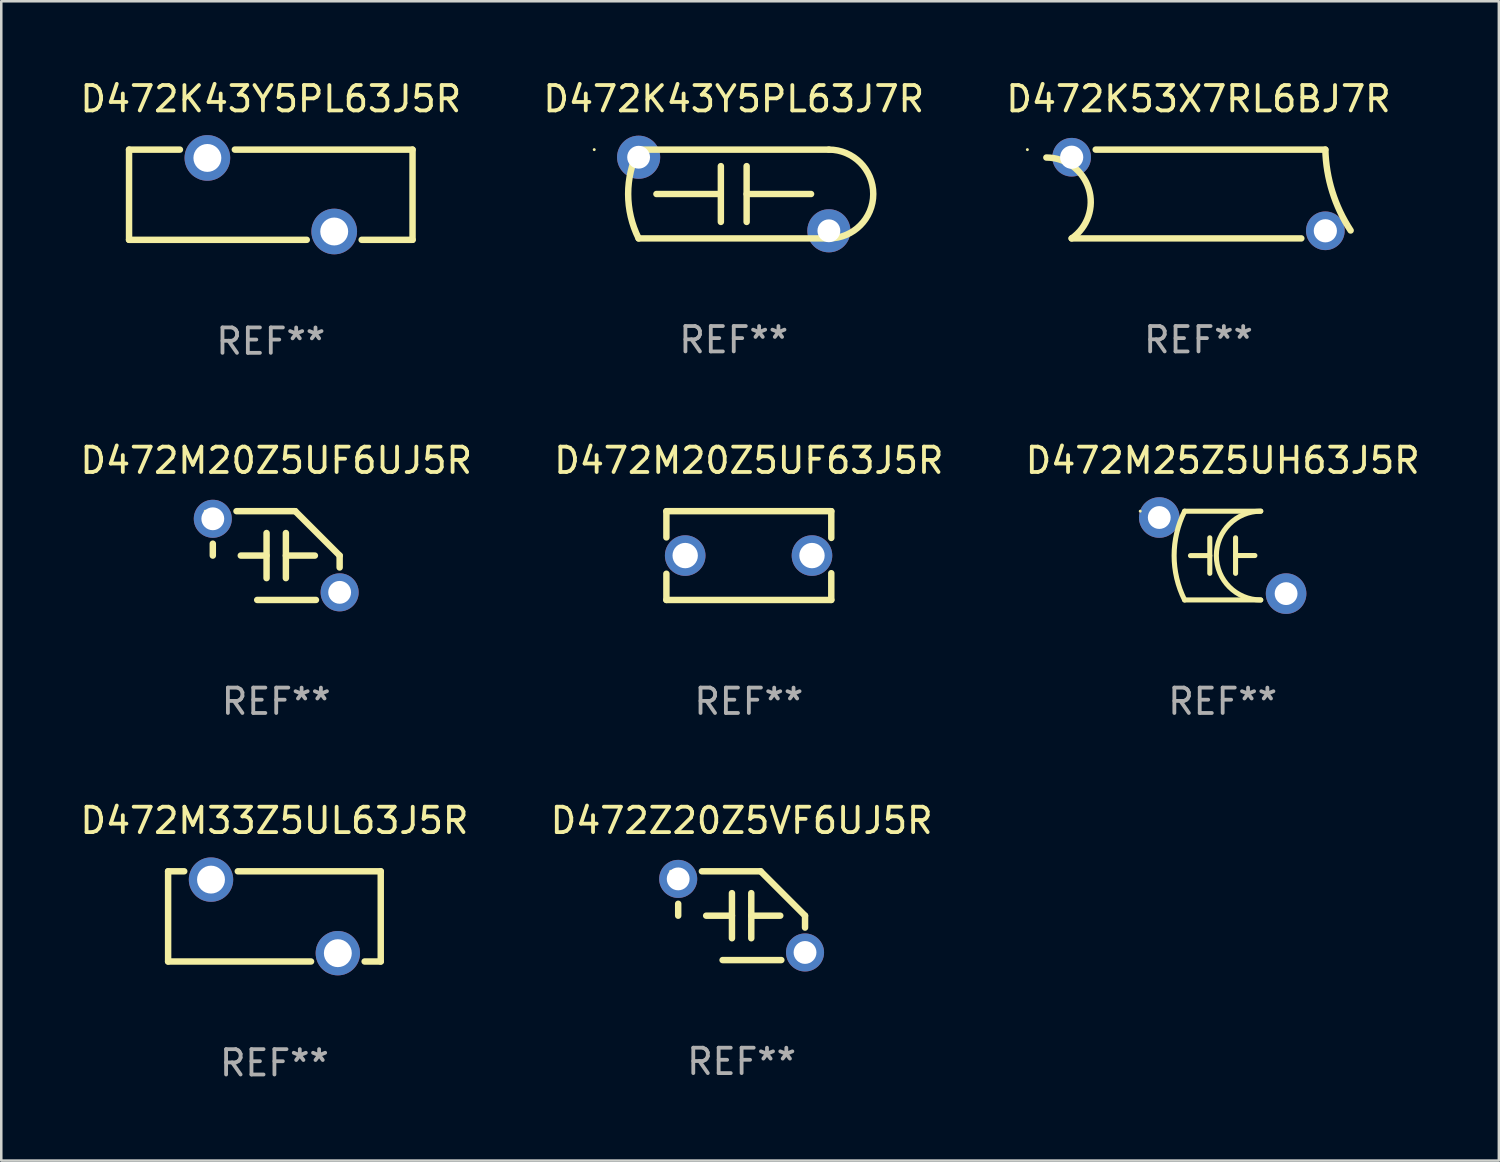
<source format=kicad_pcb>
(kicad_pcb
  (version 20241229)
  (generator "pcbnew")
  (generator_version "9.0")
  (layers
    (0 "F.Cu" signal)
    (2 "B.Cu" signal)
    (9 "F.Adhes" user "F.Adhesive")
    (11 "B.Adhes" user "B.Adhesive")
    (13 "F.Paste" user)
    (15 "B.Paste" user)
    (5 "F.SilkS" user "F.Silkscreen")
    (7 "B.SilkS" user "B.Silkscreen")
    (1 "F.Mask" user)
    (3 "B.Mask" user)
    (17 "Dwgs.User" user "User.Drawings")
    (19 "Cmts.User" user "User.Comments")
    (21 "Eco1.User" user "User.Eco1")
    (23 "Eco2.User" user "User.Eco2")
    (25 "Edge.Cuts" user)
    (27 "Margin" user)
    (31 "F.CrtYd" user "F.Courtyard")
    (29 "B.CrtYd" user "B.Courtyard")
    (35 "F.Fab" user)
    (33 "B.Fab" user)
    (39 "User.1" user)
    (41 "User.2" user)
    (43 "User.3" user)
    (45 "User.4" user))
  (footprint "D472M25Z5UH63J5R"
    (layer "F.Cu")
    (at 45.149 18.851)
    (property "Reference" "D472M25Z5UH63J5R" (at 0 -3.75 0) (layer "F.SilkS") (effects (font (size 1 1) (thickness 0.15))))
    (attr through_hole)
    (fp_line (start -1.5 -1.75) (end 1.5 -1.75) (stroke (width 0.2) (type solid)) (layer "F.SilkS"))
    (fp_line (start -0.508 -0.7) (end -0.508 0.7) (stroke (width 0.2) (type solid)) (layer "F.SilkS"))
    (fp_line (start -0.508 0.002) (end -1.27 0.002) (stroke (width 0.2) (type solid)) (layer "F.SilkS"))
    (fp_line (start 0.508 -0.002) (end 1.27 -0.002) (stroke (width 0.2) (type solid)) (layer "F.SilkS"))
    (fp_line (start 0.508 0.7) (end 0.508 -0.7) (stroke (width 0.2) (type solid)) (layer "F.SilkS"))
    (fp_line (start 1.5 1.75) (end -1.5 1.75) (stroke (width 0.2) (type solid)) (layer "F.SilkS"))
    (fp_arc (start -1.50127 1.750064) (mid -1.914008 -0.000109) (end -1.500127 -1.750013) (stroke (width 0.2) (type solid)) (layer "F.SilkS"))
    (fp_arc (start 1.499873 1.750013) (mid -0.249022 -0.000597) (end 1.501016 -1.750063) (stroke (width 0.2) (type solid)) (layer "F.SilkS"))
    (fp_circle (center -3.251 -1.75) (end -3.221 -1.75) (stroke (width 0.06) (type solid)) (fill no) (layer "F.SilkS"))
    (fp_text user "REF**" (at 0 5.75 0) (layer "F.Fab") (effects (font (size 1 1) (thickness 0.15))))
    (pad "1" thru_hole circle (at -2.5 -1.5) (size 1.6 1.6) (drill 0.9) (layers "*.Cu" "*.Mask"))
    (pad "2" thru_hole circle (at 2.5 1.5) (size 1.6 1.6) (drill 0.9) (layers "*.Cu" "*.Mask")))
  (footprint "D472K43Y5PL63J5R"
    (layer "F.Cu")
    (at 7.625 4.626)
    (property "Reference" "D472K43Y5PL63J5R" (at 0 -3.778 0) (layer "F.SilkS") (effects (font (size 1 1) (thickness 0.15))))
    (attr through_hole)
    (fp_line (start -5.588 -1.778) (end -3.582 -1.778) (stroke (width 0.254) (type solid)) (layer "F.SilkS"))
    (fp_line (start -5.588 1.778) (end -5.588 -1.778) (stroke (width 0.254) (type solid)) (layer "F.SilkS"))
    (fp_line (start -1.418 -1.778) (end 5.588 -1.778) (stroke (width 0.254) (type solid)) (layer "F.SilkS"))
    (fp_line (start 1.418 1.778) (end -5.588 1.778) (stroke (width 0.254) (type solid)) (layer "F.SilkS"))
    (fp_line (start 5.588 -1.778) (end 5.588 1.778) (stroke (width 0.254) (type solid)) (layer "F.SilkS"))
    (fp_line (start 5.588 1.778) (end 3.582 1.778) (stroke (width 0.254) (type solid)) (layer "F.SilkS"))
    (fp_circle (center -5.5 -1.75) (end -5.47 -1.75) (stroke (width 0.06) (type solid)) (fill no) (layer "F.SilkS"))
    (fp_text user "REF**" (at 0 5.778 0) (layer "F.Fab") (effects (font (size 1 1) (thickness 0.15))))
    (pad "1" thru_hole circle (at -2.5 -1.45) (size 1.8 1.8) (drill 1.1) (layers "*.Cu" "*.Mask"))
    (pad "2" thru_hole circle (at 2.5 1.45) (size 1.8 1.8) (drill 1.1) (layers "*.Cu" "*.Mask")))
  (footprint "D472M20Z5UF63J5R"
    (layer "F.Cu")
    (at 26.47 18.851)
    (property "Reference" "D472M20Z5UF63J5R" (at 0 -3.75 0) (layer "F.SilkS") (effects (font (size 1 1) (thickness 0.15))))
    (attr through_hole)
    (fp_line (start -3.25 -1.75) (end -3.25 -0.716) (stroke (width 0.254) (type solid)) (layer "F.SilkS"))
    (fp_line (start -3.25 -1.75) (end 3.25 -1.75) (stroke (width 0.254) (type solid)) (layer "F.SilkS"))
    (fp_line (start -3.25 0.716) (end -3.25 1.75) (stroke (width 0.254) (type solid)) (layer "F.SilkS"))
    (fp_line (start 3.25 -1.75) (end 3.25 -0.695) (stroke (width 0.254) (type solid)) (layer "F.SilkS"))
    (fp_line (start 3.25 0.695) (end 3.25 1.75) (stroke (width 0.254) (type solid)) (layer "F.SilkS"))
    (fp_line (start 3.25 1.75) (end -3.25 1.75) (stroke (width 0.254) (type solid)) (layer "F.SilkS"))
    (fp_circle (center -3.26 1.75) (end -3.23 1.75) (stroke (width 0.06) (type solid)) (fill no) (layer "F.SilkS"))
    (fp_text user "REF**" (at 0 5.75 0) (layer "F.Fab") (effects (font (size 1 1) (thickness 0.15))))
    (pad "1" thru_hole circle (at -2.509 0) (size 1.6 1.6) (drill 1) (layers "*.Cu" "*.Mask"))
    (pad "2" thru_hole circle (at 2.489 0) (size 1.6 1.6) (drill 1) (layers "*.Cu" "*.Mask")))
  (footprint "D472M33Z5UL63J5R"
    (layer "F.Cu")
    (at 7.768 33.075)
    (property "Reference" "D472M33Z5UL63J5R" (at 0 -3.778 0) (layer "F.SilkS") (effects (font (size 1 1) (thickness 0.15))))
    (attr through_hole)
    (fp_line (start -4.191 -1.778) (end -3.556 -1.778) (stroke (width 0.254) (type solid)) (layer "F.SilkS"))
    (fp_line (start -4.191 1.778) (end -4.191 -1.778) (stroke (width 0.254) (type solid)) (layer "F.SilkS"))
    (fp_line (start -1.444 -1.778) (end 4.191 -1.778) (stroke (width 0.254) (type solid)) (layer "F.SilkS"))
    (fp_line (start 1.444 1.778) (end -4.191 1.778) (stroke (width 0.254) (type solid)) (layer "F.SilkS"))
    (fp_line (start 4.191 -1.778) (end 4.191 1.778) (stroke (width 0.254) (type solid)) (layer "F.SilkS"))
    (fp_line (start 4.191 1.778) (end 3.556 1.778) (stroke (width 0.254) (type solid)) (layer "F.SilkS"))
    (fp_circle (center -4.25 1.75) (end -4.22 1.75) (stroke (width 0.06) (type solid)) (fill no) (layer "F.SilkS"))
    (fp_text user "REF**" (at 0 5.778 0) (layer "F.Fab") (effects (font (size 1 1) (thickness 0.15))))
    (pad "1" thru_hole circle (at -2.5 -1.45) (size 1.75 1.75) (drill 1.1) (layers "*.Cu" "*.Mask"))
    (pad "2" thru_hole circle (at 2.5 1.45) (size 1.75 1.75) (drill 1.1) (layers "*.Cu" "*.Mask")))
  (footprint "D472M20Z5UF6UJ5R"
    (layer "F.Cu")
    (at 7.839 18.851)
    (property "Reference" "D472M20Z5UF6UJ5R" (at 0 -3.75 0) (layer "F.SilkS") (effects (font (size 1 1) (thickness 0.15))))
    (attr through_hole)
    (fp_line (start -2.5 0) (end -2.5 -0.469) (stroke (width 0.254) (type solid)) (layer "F.SilkS"))
    (fp_line (start -1.397 0) (end -0.381 0) (stroke (width 0.254) (type solid)) (layer "F.SilkS"))
    (fp_line (start -0.75 1.75) (end 1.566 1.75) (stroke (width 0.254) (type solid)) (layer "F.SilkS"))
    (fp_line (start -0.381 -0.889) (end -0.381 0.889) (stroke (width 0.254) (type solid)) (layer "F.SilkS"))
    (fp_line (start 0.381 -0.889) (end 0.381 0.889) (stroke (width 0.254) (type solid)) (layer "F.SilkS"))
    (fp_line (start 0.75 -1.75) (end -1.566 -1.75) (stroke (width 0.254) (type solid)) (layer "F.SilkS"))
    (fp_line (start 1.524 0) (end 0.381 0) (stroke (width 0.254) (type solid)) (layer "F.SilkS"))
    (fp_line (start 2.5 0) (end 2.5 0.469) (stroke (width 0.254) (type solid)) (layer "F.SilkS"))
    (fp_arc (start -2.499962 0) (mid 2.499984 -0.000022) (end -2.499962 0) (stroke (width 0.254001) (type solid)) (layer "F.SilkS"))
    (fp_arc (start 2.500013 0) (mid 1.623463 -0.873464) (end 0.749999 -1.750014) (stroke (width 0.254001) (type solid)) (layer "F.SilkS"))
    (fp_circle (center -2.8 -1.75) (end -2.77 -1.75) (stroke (width 0.06) (type solid)) (fill no) (layer "F.SilkS"))
    (fp_text user "REF**" (at 0 5.75 0) (layer "F.Fab") (effects (font (size 1 1) (thickness 0.15))))
    (pad "1" thru_hole circle (at -2.5 -1.45) (size 1.5 1.5) (drill 0.9) (layers "*.Cu" "*.Mask"))
    (pad "2" thru_hole circle (at 2.5 1.45) (size 1.5 1.5) (drill 0.9) (layers "*.Cu" "*.Mask")))
  (footprint "D472K53X7RL6BJ7R"
    (layer "F.Cu")
    (at 44.196 4.598)
    (property "Reference" "D472K53X7RL6BJ7R" (at 0 -3.75 0) (layer "F.SilkS") (effects (font (size 1 1) (thickness 0.15))))
    (attr through_hole)
    (fp_line (start -5 1.75) (end 4.053 1.75) (stroke (width 0.254) (type solid)) (layer "F.SilkS"))
    (fp_line (start 5 -1.75) (end -4.053 -1.75) (stroke (width 0.254) (type solid)) (layer "F.SilkS"))
    (fp_arc (start -5.99741 -1.437923) (mid -4.32724 -0.210482) (end -4.999949 1.750013) (stroke (width 0.254001) (type solid)) (layer "F.SilkS"))
    (fp_arc (start 5.997409 1.437922) (mid 5.27596 -0.08636) (end 4.999949 -1.750013) (stroke (width 0.254001) (type solid)) (layer "F.SilkS"))
    (fp_circle (center -6.746 -1.75) (end -6.716 -1.75) (stroke (width 0.06) (type solid)) (fill no) (layer "F.SilkS"))
    (fp_text user "REF**" (at 0 5.75 0) (layer "F.Fab") (effects (font (size 1 1) (thickness 0.15))))
    (pad "1" thru_hole circle (at -5 -1.45) (size 1.524 1.524) (drill 0.914) (layers "*.Cu" "*.Mask"))
    (pad "2" thru_hole circle (at 5 1.45) (size 1.524 1.524) (drill 0.914) (layers "*.Cu" "*.Mask")))
  (footprint "D472K43Y5PL63J7R"
    (layer "F.Cu")
    (at 25.875 4.598)
    (property "Reference" "D472K43Y5PL63J7R" (at 0 -3.75 0) (layer "F.SilkS") (effects (font (size 1 1) (thickness 0.15))))
    (attr through_hole)
    (fp_line (start -3.75 -1.75) (end 3.75 -1.75) (stroke (width 0.254) (type solid)) (layer "F.SilkS"))
    (fp_line (start -0.51 0) (end -3.048 0) (stroke (width 0.254) (type solid)) (layer "F.SilkS"))
    (fp_line (start -0.508 -1.1) (end -0.508 1.1) (stroke (width 0.254) (type solid)) (layer "F.SilkS"))
    (fp_line (start 0.508 1.1) (end 0.508 -1.1) (stroke (width 0.254) (type solid)) (layer "F.SilkS"))
    (fp_line (start 0.51 0) (end 3.048 0) (stroke (width 0.254) (type solid)) (layer "F.SilkS"))
    (fp_line (start 3.75 1.75) (end -3.75 1.75) (stroke (width 0.254) (type solid)) (layer "F.SilkS"))
    (fp_arc (start -3.749048 1.750063) (mid -4.162505 0.000139) (end -3.750013 -1.750013) (stroke (width 0.254001) (type solid)) (layer "F.SilkS"))
    (fp_arc (start 3.749046 -1.750063) (mid 5.499085 -0.000508) (end 3.750013 1.750013) (stroke (width 0.254001) (type solid)) (layer "F.SilkS"))
    (fp_circle (center -5.5 -1.75) (end -5.47 -1.75) (stroke (width 0.06) (type solid)) (fill no) (layer "F.SilkS"))
    (fp_text user "REF**" (at 0 5.75 0) (layer "F.Fab") (effects (font (size 1 1) (thickness 0.15))))
    (pad "1" thru_hole circle (at -3.75 -1.45) (size 1.7 1.7) (drill 0.9) (layers "*.Cu" "*.Mask"))
    (pad "2" thru_hole circle (at 3.75 1.45) (size 1.7 1.7) (drill 0.9) (layers "*.Cu" "*.Mask")))
  (footprint "D472Z20Z5VF6UJ5R"
    (layer "F.Cu")
    (at 26.185 33.047)
    (property "Reference" "D472Z20Z5VF6UJ5R" (at 0 -3.75 0) (layer "F.SilkS") (effects (font (size 1 1) (thickness 0.15))))
    (attr through_hole)
    (fp_line (start -2.5 0) (end -2.5 -0.469) (stroke (width 0.254) (type solid)) (layer "F.SilkS"))
    (fp_line (start -1.397 0) (end -0.381 0) (stroke (width 0.254) (type solid)) (layer "F.SilkS"))
    (fp_line (start -0.75 1.75) (end 1.566 1.75) (stroke (width 0.254) (type solid)) (layer "F.SilkS"))
    (fp_line (start -0.381 -0.889) (end -0.381 0.889) (stroke (width 0.254) (type solid)) (layer "F.SilkS"))
    (fp_line (start 0.381 -0.889) (end 0.381 0.889) (stroke (width 0.254) (type solid)) (layer "F.SilkS"))
    (fp_line (start 0.75 -1.75) (end -1.566 -1.75) (stroke (width 0.254) (type solid)) (layer "F.SilkS"))
    (fp_line (start 1.524 0) (end 0.381 0) (stroke (width 0.254) (type solid)) (layer "F.SilkS"))
    (fp_line (start 2.5 0) (end 2.5 0.469) (stroke (width 0.254) (type solid)) (layer "F.SilkS"))
    (fp_arc (start -2.499962 0) (mid 2.499984 -0.000022) (end -2.499962 0) (stroke (width 0.254001) (type solid)) (layer "F.SilkS"))
    (fp_arc (start 2.500013 0) (mid 1.623463 -0.873464) (end 0.749999 -1.750014) (stroke (width 0.254001) (type solid)) (layer "F.SilkS"))
    (fp_circle (center -2.8 -1.75) (end -2.77 -1.75) (stroke (width 0.06) (type solid)) (fill no) (layer "F.SilkS"))
    (fp_text user "REF**" (at 0 5.75 0) (layer "F.Fab") (effects (font (size 1 1) (thickness 0.15))))
    (pad "1" thru_hole circle (at -2.5 -1.45) (size 1.5 1.5) (drill 0.9) (layers "*.Cu" "*.Mask"))
    (pad "2" thru_hole circle (at 2.5 1.45) (size 1.5 1.5) (drill 0.9) (layers "*.Cu" "*.Mask")))
  (gr_rect
    (start -3 -3)
    (end 56.036 42.702)
    (stroke (width 0.1) (type default))
    (fill no)
    (layer "Edge.Cuts")))
</source>
